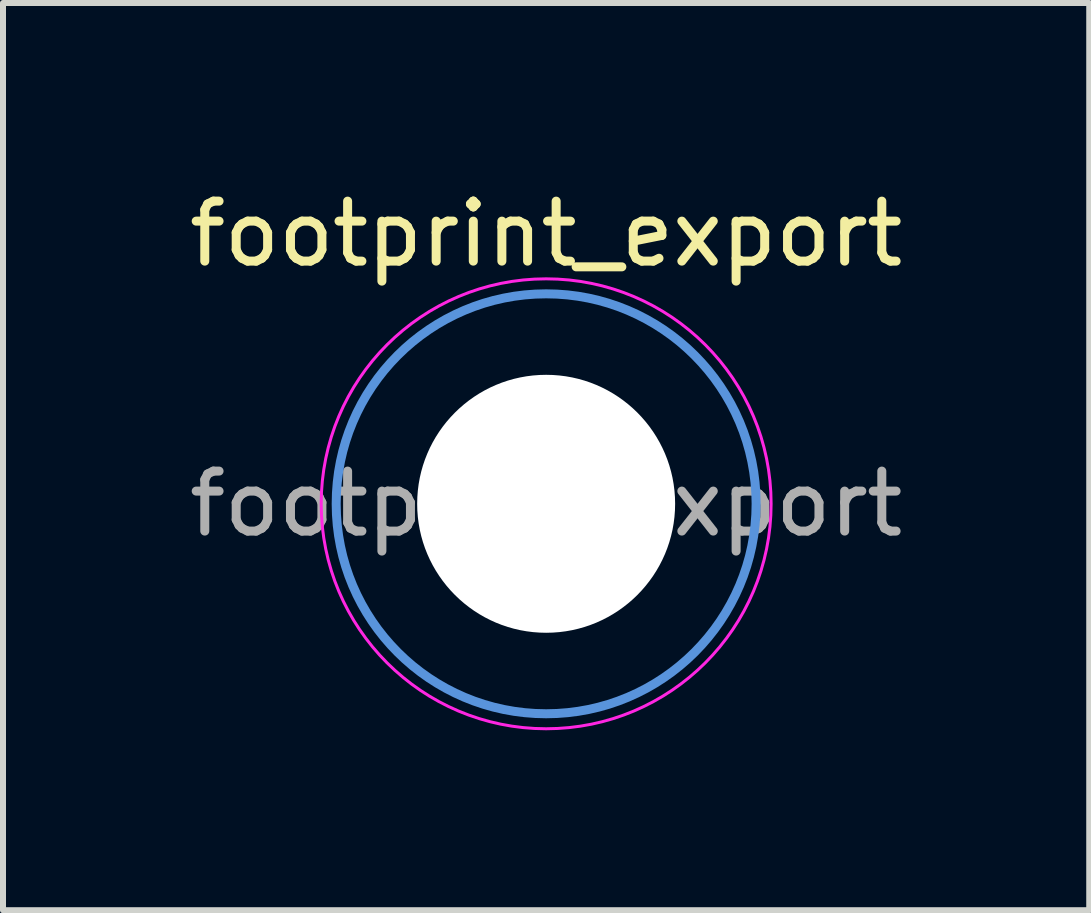
<source format=kicad_pcb>
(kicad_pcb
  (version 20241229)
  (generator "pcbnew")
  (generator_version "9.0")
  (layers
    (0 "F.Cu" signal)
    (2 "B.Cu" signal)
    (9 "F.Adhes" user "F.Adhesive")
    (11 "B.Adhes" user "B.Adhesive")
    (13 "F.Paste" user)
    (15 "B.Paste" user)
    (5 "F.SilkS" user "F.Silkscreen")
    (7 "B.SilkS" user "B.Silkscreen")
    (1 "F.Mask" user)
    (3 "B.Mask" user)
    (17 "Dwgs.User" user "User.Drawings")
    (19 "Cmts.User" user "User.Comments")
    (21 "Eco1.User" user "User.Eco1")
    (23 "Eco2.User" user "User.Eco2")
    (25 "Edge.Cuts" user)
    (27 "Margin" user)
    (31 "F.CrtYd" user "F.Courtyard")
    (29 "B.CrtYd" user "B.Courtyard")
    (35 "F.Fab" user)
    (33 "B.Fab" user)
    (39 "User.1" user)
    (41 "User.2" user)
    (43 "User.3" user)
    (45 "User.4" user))
  (footprint "footprint_export"
    (layer "F.Cu")
    (at 6.054 5.348)
    (property "Reference" "footprint_export" (at 0 -4.5 0) (layer "F.SilkS") (effects (font (size 1 1) (thickness 0.15))))
    (attr exclude_from_pos_files exclude_from_bom)
    (fp_circle (center 0 0) (end 3.5 0) (stroke (width 0.15) (type solid)) (fill no) (layer "Cmts.User"))
    (fp_circle (center 0 0) (end 3.75 0) (stroke (width 0.05) (type solid)) (fill no) (layer "F.CrtYd"))
    (fp_text user "${REFERENCE}" (at 0 0 0) (layer "F.Fab") (effects (font (size 1 1) (thickness 0.15))))
    (pad "" np_thru_hole circle (at 0 0) (size 4.3 4.3) (drill 4.3) (layers "*.Cu" "*.Mask")))
  (gr_rect
    (start -3 -3)
    (end 15.107 12.123)
    (stroke (width 0.1) (type default))
    (fill no)
    (layer "Edge.Cuts")))
</source>
